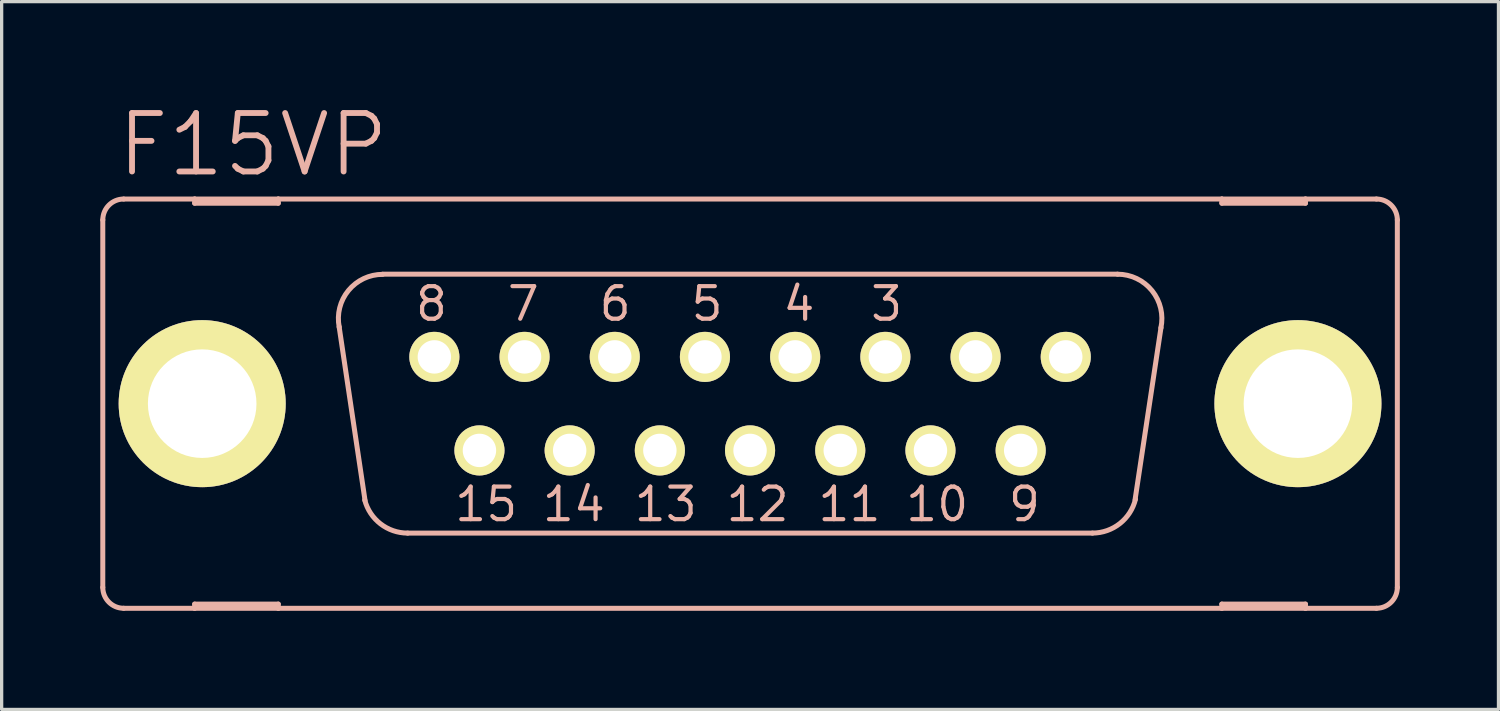
<source format=kicad_pcb>
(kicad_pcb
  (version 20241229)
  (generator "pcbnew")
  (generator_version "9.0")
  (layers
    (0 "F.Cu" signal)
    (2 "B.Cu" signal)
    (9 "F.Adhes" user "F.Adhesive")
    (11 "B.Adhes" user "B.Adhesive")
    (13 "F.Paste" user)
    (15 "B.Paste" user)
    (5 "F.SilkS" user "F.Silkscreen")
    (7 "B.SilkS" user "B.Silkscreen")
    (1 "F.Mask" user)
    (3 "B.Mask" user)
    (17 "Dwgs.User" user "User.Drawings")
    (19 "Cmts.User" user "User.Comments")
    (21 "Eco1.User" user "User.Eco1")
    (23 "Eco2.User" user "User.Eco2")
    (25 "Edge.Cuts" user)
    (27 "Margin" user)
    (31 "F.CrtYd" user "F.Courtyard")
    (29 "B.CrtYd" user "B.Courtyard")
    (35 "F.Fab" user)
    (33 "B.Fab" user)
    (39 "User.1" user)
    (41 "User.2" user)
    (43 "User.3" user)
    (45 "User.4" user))
  (footprint "F15VP"
    (layer "F.Cu")
    (at 19.761 9.226)
    (property "Reference" "F15VP" (at -15.113 -7.874 0) (layer "B.SilkS") (effects (font (size 1.778 1.778) (thickness 0.178))))
    (attr exclude_from_pos_files exclude_from_bom)
    (fp_circle (center -9.601 -1.422) (end -9.982 -1.803) (stroke (width 0.127) (type solid)) (fill no) (layer "F.SilkS"))
    (fp_circle (center -8.23 1.422) (end -8.611 1.803) (stroke (width 0.127) (type solid)) (fill no) (layer "F.SilkS"))
    (fp_circle (center -6.858 -1.422) (end -7.239 -1.803) (stroke (width 0.127) (type solid)) (fill no) (layer "F.SilkS"))
    (fp_circle (center -5.486 1.422) (end -5.867 1.803) (stroke (width 0.127) (type solid)) (fill no) (layer "F.SilkS"))
    (fp_circle (center -4.115 -1.422) (end -4.496 -1.803) (stroke (width 0.127) (type solid)) (fill no) (layer "F.SilkS"))
    (fp_circle (center -2.743 1.422) (end -3.124 1.803) (stroke (width 0.127) (type solid)) (fill no) (layer "F.SilkS"))
    (fp_circle (center -1.372 -1.422) (end -1.753 -1.803) (stroke (width 0.127) (type solid)) (fill no) (layer "F.SilkS"))
    (fp_circle (center 0 1.422) (end -0.381 1.803) (stroke (width 0.127) (type solid)) (fill no) (layer "F.SilkS"))
    (fp_circle (center 1.372 -1.422) (end 1.753 -1.803) (stroke (width 0.127) (type solid)) (fill no) (layer "F.SilkS"))
    (fp_circle (center 2.743 1.422) (end 3.124 1.803) (stroke (width 0.127) (type solid)) (fill no) (layer "F.SilkS"))
    (fp_circle (center 4.115 -1.422) (end 4.496 -1.803) (stroke (width 0.127) (type solid)) (fill no) (layer "F.SilkS"))
    (fp_circle (center 5.486 1.422) (end 5.867 1.803) (stroke (width 0.127) (type solid)) (fill no) (layer "F.SilkS"))
    (fp_circle (center 6.858 -1.422) (end 7.239 -1.803) (stroke (width 0.127) (type solid)) (fill no) (layer "F.SilkS"))
    (fp_circle (center 8.23 1.422) (end 8.611 1.803) (stroke (width 0.127) (type solid)) (fill no) (layer "F.SilkS"))
    (fp_circle (center 9.601 -1.422) (end 9.982 -1.803) (stroke (width 0.127) (type solid)) (fill no) (layer "F.SilkS"))
    (fp_line (start -19.685 -5.588) (end -19.685 5.588) (stroke (width 0.152) (type solid)) (layer "B.SilkS"))
    (fp_line (start -19.05 6.223) (end -16.891 6.223) (stroke (width 0.152) (type solid)) (layer "B.SilkS"))
    (fp_line (start -16.891 -6.223) (end -19.05 -6.223) (stroke (width 0.152) (type solid)) (layer "B.SilkS"))
    (fp_line (start -16.891 -6.223) (end -16.891 -6.096) (stroke (width 0.152) (type solid)) (layer "B.SilkS"))
    (fp_line (start -16.891 -6.096) (end -14.348 -6.096) (stroke (width 0.152) (type solid)) (layer "B.SilkS"))
    (fp_line (start -16.891 6.096) (end -14.348 6.096) (stroke (width 0.152) (type solid)) (layer "B.SilkS"))
    (fp_line (start -16.891 6.223) (end -16.891 6.096) (stroke (width 0.152) (type solid)) (layer "B.SilkS"))
    (fp_line (start -16.891 6.223) (end -14.348 6.223) (stroke (width 0.152) (type solid)) (layer "B.SilkS"))
    (fp_line (start -14.348 -6.223) (end -16.891 -6.223) (stroke (width 0.152) (type solid)) (layer "B.SilkS"))
    (fp_line (start -14.348 -6.096) (end -14.348 -6.223) (stroke (width 0.152) (type solid)) (layer "B.SilkS"))
    (fp_line (start -14.348 6.096) (end -14.348 6.223) (stroke (width 0.152) (type solid)) (layer "B.SilkS"))
    (fp_line (start -14.348 6.223) (end 14.348 6.223) (stroke (width 0.152) (type solid)) (layer "B.SilkS"))
    (fp_line (start -11.709 2.946) (end -12.497 -2.337) (stroke (width 0.152) (type solid)) (layer "B.SilkS"))
    (fp_line (start -11.176 -3.937) (end 11.176 -3.937) (stroke (width 0.152) (type solid)) (layer "B.SilkS"))
    (fp_line (start -10.414 3.937) (end 10.414 3.937) (stroke (width 0.152) (type solid)) (layer "B.SilkS"))
    (fp_line (start 12.497 -2.311) (end 11.709 2.921) (stroke (width 0.152) (type solid)) (layer "B.SilkS"))
    (fp_line (start 14.348 -6.223) (end -14.348 -6.223) (stroke (width 0.152) (type solid)) (layer "B.SilkS"))
    (fp_line (start 14.348 -6.223) (end 14.348 -6.096) (stroke (width 0.152) (type solid)) (layer "B.SilkS"))
    (fp_line (start 14.348 -6.096) (end 16.891 -6.096) (stroke (width 0.152) (type solid)) (layer "B.SilkS"))
    (fp_line (start 14.348 6.096) (end 16.891 6.096) (stroke (width 0.152) (type solid)) (layer "B.SilkS"))
    (fp_line (start 14.348 6.223) (end 14.348 6.096) (stroke (width 0.152) (type solid)) (layer "B.SilkS"))
    (fp_line (start 14.348 6.223) (end 16.891 6.223) (stroke (width 0.152) (type solid)) (layer "B.SilkS"))
    (fp_line (start 16.891 -6.223) (end 14.348 -6.223) (stroke (width 0.152) (type solid)) (layer "B.SilkS"))
    (fp_line (start 16.891 -6.096) (end 16.891 -6.223) (stroke (width 0.152) (type solid)) (layer "B.SilkS"))
    (fp_line (start 16.891 6.096) (end 16.891 6.223) (stroke (width 0.152) (type solid)) (layer "B.SilkS"))
    (fp_line (start 16.891 6.223) (end 19.05 6.223) (stroke (width 0.152) (type solid)) (layer "B.SilkS"))
    (fp_line (start 19.05 -6.223) (end 16.891 -6.223) (stroke (width 0.152) (type solid)) (layer "B.SilkS"))
    (fp_line (start 19.685 -5.588) (end 19.685 5.588) (stroke (width 0.152) (type solid)) (layer "B.SilkS"))
    (fp_arc (start -19.685 -5.588) (mid -19.499013 -6.037013) (end -19.05 -6.223) (stroke (width 0.1524) (type solid)) (layer "B.SilkS"))
    (fp_arc (start -19.05 6.223) (mid -19.499013 6.037013) (end -19.685 5.588) (stroke (width 0.1524) (type solid)) (layer "B.SilkS"))
    (fp_arc (start -12.49426 -2.32664) (mid -12.214158 -3.441772) (end -11.17424 -3.932229) (stroke (width 0.1524) (type solid)) (layer "B.SilkS"))
    (fp_arc (start -10.414 3.937) (mid -11.238791 3.655415) (end -11.719188 2.928236) (stroke (width 0.1524) (type solid)) (layer "B.SilkS"))
    (fp_arc (start 11.176 -3.937) (mid 12.225648 -3.435219) (end 12.49428 -2.303238) (stroke (width 0.1524) (type solid)) (layer "B.SilkS"))
    (fp_arc (start 11.7221 2.90322) (mid 11.246662 3.646284) (end 10.413518 3.936211) (stroke (width 0.1524) (type solid)) (layer "B.SilkS"))
    (fp_arc (start 19.05 -6.223) (mid 19.499013 -6.037013) (end 19.685 -5.588) (stroke (width 0.1524) (type solid)) (layer "B.SilkS"))
    (fp_arc (start 19.685 5.588) (mid 19.499013 6.037013) (end 19.05 6.223) (stroke (width 0.1524) (type solid)) (layer "B.SilkS"))
    (fp_circle (center -16.662 0) (end -17.488 0.826) (stroke (width 0.076) (type solid)) (fill no) (layer "B.SilkS"))
    (fp_circle (center 16.662 0) (end 17.488 0.826) (stroke (width 0.076) (type solid)) (fill no) (layer "B.SilkS"))
    (fp_text user "5" (at -1.308 -3.035 0) (layer "B.SilkS") (effects (font (size 0.991 0.991) (thickness 0.127))))
    (fp_text user "15" (at -8.026 3.061 0) (layer "B.SilkS") (effects (font (size 0.991 0.991) (thickness 0.127))))
    (fp_text user "4" (at 1.486 -3.035 0) (layer "B.SilkS") (effects (font (size 0.991 0.991) (thickness 0.127))))
    (fp_text user "10" (at 5.69 3.061 0) (layer "B.SilkS") (effects (font (size 0.991 0.991) (thickness 0.127))))
    (fp_text user "11" (at 3.023 3.061 0) (layer "B.SilkS") (effects (font (size 0.991 0.991) (thickness 0.127))))
    (fp_text user "9" (at 8.344 3.061 0) (layer "B.SilkS") (effects (font (size 0.991 0.991) (thickness 0.127))))
    (fp_text user "7" (at -6.896 -3.035 0) (layer "B.SilkS") (effects (font (size 0.991 0.991) (thickness 0.127))))
    (fp_text user "6" (at -4.102 -3.035 0) (layer "B.SilkS") (effects (font (size 0.991 0.991) (thickness 0.127))))
    (fp_text user "14" (at -5.359 3.061 0) (layer "B.SilkS") (effects (font (size 0.991 0.991) (thickness 0.127))))
    (fp_text user "13" (at -2.565 3.061 0) (layer "B.SilkS") (effects (font (size 0.991 0.991) (thickness 0.127))))
    (fp_text user "3" (at 4.153 -3.035 0) (layer "B.SilkS") (effects (font (size 0.991 0.991) (thickness 0.127))))
    (fp_text user "12" (at 0.229 3.061 0) (layer "B.SilkS") (effects (font (size 0.991 0.991) (thickness 0.127))))
    (fp_text user "8" (at -9.69 -3.035 0) (layer "B.SilkS") (effects (font (size 0.991 0.991) (thickness 0.127))))
    (pad "1" thru_hole circle (at 9.601 -1.422) (size 1.524 1.524) (drill 1.016) (layers "*.Cu" "F.Mask" "F.SilkS" "F.Paste"))
    (pad "2" thru_hole circle (at 6.858 -1.422) (size 1.524 1.524) (drill 1.016) (layers "*.Cu" "F.Mask" "F.SilkS" "F.Paste"))
    (pad "3" thru_hole circle (at 4.115 -1.422) (size 1.524 1.524) (drill 1.016) (layers "*.Cu" "F.Mask" "F.SilkS" "F.Paste"))
    (pad "4" thru_hole circle (at 1.372 -1.422) (size 1.524 1.524) (drill 1.016) (layers "*.Cu" "F.Mask" "F.SilkS" "F.Paste"))
    (pad "5" thru_hole circle (at -1.372 -1.422) (size 1.524 1.524) (drill 1.016) (layers "*.Cu" "F.Mask" "F.SilkS" "F.Paste"))
    (pad "6" thru_hole circle (at -4.115 -1.422) (size 1.524 1.524) (drill 1.016) (layers "*.Cu" "F.Mask" "F.SilkS" "F.Paste"))
    (pad "7" thru_hole circle (at -6.858 -1.422) (size 1.524 1.524) (drill 1.016) (layers "*.Cu" "F.Mask" "F.SilkS" "F.Paste"))
    (pad "8" thru_hole circle (at -9.601 -1.422) (size 1.524 1.524) (drill 1.016) (layers "*.Cu" "F.Mask" "F.SilkS" "F.Paste"))
    (pad "9" thru_hole circle (at 8.23 1.422) (size 1.524 1.524) (drill 1.016) (layers "*.Cu" "F.Mask" "F.SilkS" "F.Paste"))
    (pad "10" thru_hole circle (at 5.486 1.422) (size 1.524 1.524) (drill 1.016) (layers "*.Cu" "F.Mask" "F.SilkS" "F.Paste"))
    (pad "11" thru_hole circle (at 2.743 1.422) (size 1.524 1.524) (drill 1.016) (layers "*.Cu" "F.Mask" "F.SilkS" "F.Paste"))
    (pad "12" thru_hole circle (at 0 1.422) (size 1.524 1.524) (drill 1.016) (layers "*.Cu" "F.Mask" "F.SilkS" "F.Paste"))
    (pad "13" thru_hole circle (at -2.743 1.422) (size 1.524 1.524) (drill 1.016) (layers "*.Cu" "F.Mask" "F.SilkS" "F.Paste"))
    (pad "14" thru_hole circle (at -5.486 1.422) (size 1.524 1.524) (drill 1.016) (layers "*.Cu" "F.Mask" "F.SilkS" "F.Paste"))
    (pad "15" thru_hole circle (at -8.23 1.422) (size 1.524 1.524) (drill 1.016) (layers "*.Cu" "F.Mask" "F.SilkS" "F.Paste"))
    (pad "G1" thru_hole circle (at -16.662 0) (size 5.08 5.08) (drill 3.302) (layers "*.Cu" "F.Mask" "F.SilkS" "F.Paste"))
    (pad "G2" thru_hole circle (at 16.662 0) (size 5.08 5.08) (drill 3.302) (layers "*.Cu" "F.Mask" "F.SilkS" "F.Paste")))
  (gr_rect
    (start -3 -3)
    (end 42.522 18.525)
    (stroke (width 0.1) (type default))
    (fill no)
    (layer "Edge.Cuts")))
</source>
